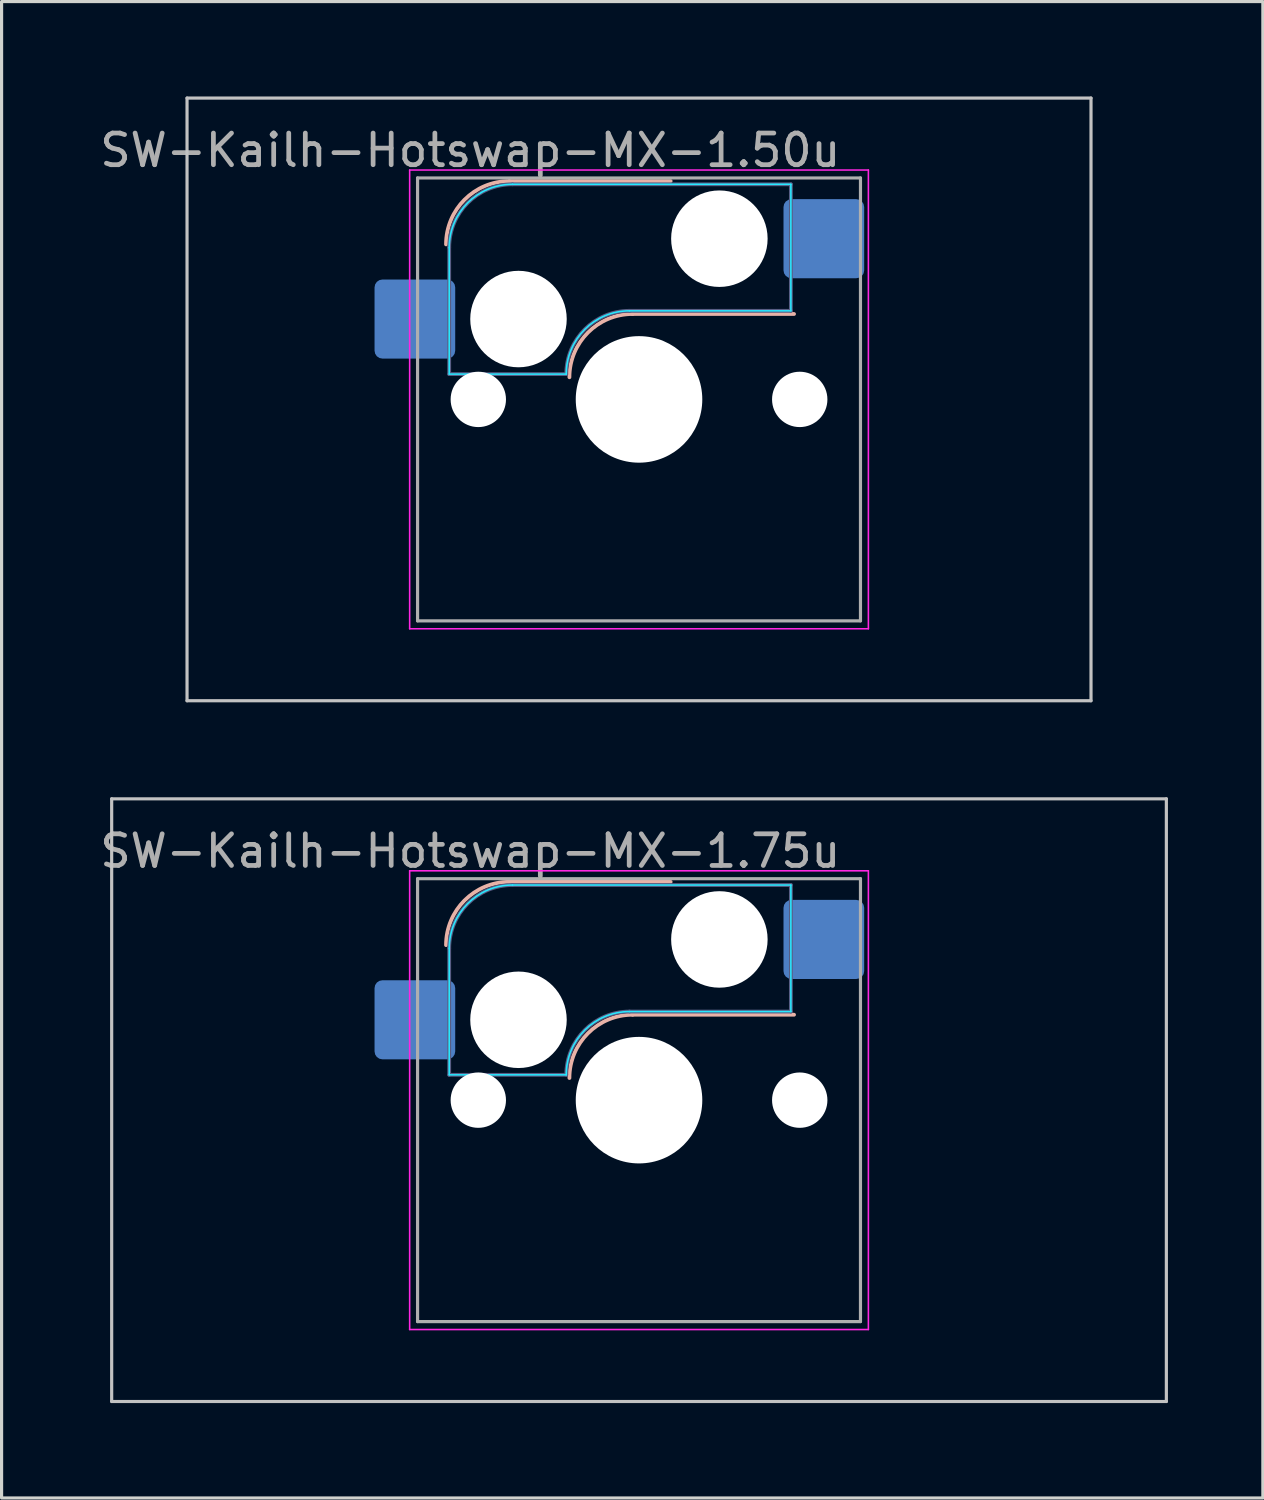
<source format=kicad_pcb>
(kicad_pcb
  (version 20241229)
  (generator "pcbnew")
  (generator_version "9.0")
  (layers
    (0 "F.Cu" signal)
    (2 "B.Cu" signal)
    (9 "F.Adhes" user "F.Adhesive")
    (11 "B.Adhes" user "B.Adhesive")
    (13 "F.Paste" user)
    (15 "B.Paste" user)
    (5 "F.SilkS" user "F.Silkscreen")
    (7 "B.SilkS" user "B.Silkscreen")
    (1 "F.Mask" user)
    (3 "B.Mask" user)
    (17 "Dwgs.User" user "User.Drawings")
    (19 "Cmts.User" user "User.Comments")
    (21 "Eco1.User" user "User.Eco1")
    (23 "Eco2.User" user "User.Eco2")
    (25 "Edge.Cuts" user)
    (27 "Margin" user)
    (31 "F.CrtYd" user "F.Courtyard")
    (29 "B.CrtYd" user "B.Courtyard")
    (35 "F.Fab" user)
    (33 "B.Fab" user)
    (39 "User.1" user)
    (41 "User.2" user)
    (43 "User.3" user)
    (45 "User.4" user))
  (footprint "SW-Kailh-Hotswap-MX-1.75u"
    (layer "F.Cu")
    (at 17.149 31.725)
    (property "Reference" "SW-Kailh-Hotswap-MX-1.75u" (at -5.334 -7.874 0) (layer "F.Fab") (effects (font (size 1 1) (thickness 0.15))))
    (attr smd)
    (fp_line (start -4.1 -6.9) (end 1 -6.9) (stroke (width 0.12) (type solid)) (layer "B.SilkS"))
    (fp_line (start -0.2 -2.7) (end 4.9 -2.7) (stroke (width 0.12) (type solid)) (layer "B.SilkS"))
    (fp_arc (start -6.1 -4.9) (mid -5.514214 -6.314214) (end -4.1 -6.9) (stroke (width 0.12) (type solid)) (layer "B.SilkS"))
    (fp_arc (start -2.2 -0.7) (mid -1.614214 -2.114214) (end -0.2 -2.7) (stroke (width 0.12) (type solid)) (layer "B.SilkS"))
    (fp_line (start -16.669 -9.525) (end -16.669 9.525) (stroke (width 0.1) (type solid)) (layer "Dwgs.User"))
    (fp_line (start -16.669 9.525) (end 16.669 9.525) (stroke (width 0.1) (type solid)) (layer "Dwgs.User"))
    (fp_line (start 16.669 -9.525) (end -16.669 -9.525) (stroke (width 0.1) (type solid)) (layer "Dwgs.User"))
    (fp_line (start 16.669 9.525) (end 16.669 -9.525) (stroke (width 0.1) (type solid)) (layer "Dwgs.User"))
    (fp_line (start -7.8 -6) (end -7 -6) (stroke (width 0.1) (type solid)) (layer "Eco1.User"))
    (fp_line (start -7.8 -2.9) (end -7.8 -6) (stroke (width 0.1) (type solid)) (layer "Eco1.User"))
    (fp_line (start -7.8 2.9) (end -7 2.9) (stroke (width 0.1) (type solid)) (layer "Eco1.User"))
    (fp_line (start -7.8 6) (end -7.8 2.9) (stroke (width 0.1) (type solid)) (layer "Eco1.User"))
    (fp_line (start -7 -7) (end 7 -7) (stroke (width 0.1) (type solid)) (layer "Eco1.User"))
    (fp_line (start -7 -6) (end -7 -7) (stroke (width 0.1) (type solid)) (layer "Eco1.User"))
    (fp_line (start -7 -2.9) (end -7.8 -2.9) (stroke (width 0.1) (type solid)) (layer "Eco1.User"))
    (fp_line (start -7 2.9) (end -7 -2.9) (stroke (width 0.1) (type solid)) (layer "Eco1.User"))
    (fp_line (start -7 6) (end -7.8 6) (stroke (width 0.1) (type solid)) (layer "Eco1.User"))
    (fp_line (start -7 7) (end -7 6) (stroke (width 0.1) (type solid)) (layer "Eco1.User"))
    (fp_line (start 7 -7) (end 7 -6) (stroke (width 0.1) (type solid)) (layer "Eco1.User"))
    (fp_line (start 7 -6) (end 7.8 -6) (stroke (width 0.1) (type solid)) (layer "Eco1.User"))
    (fp_line (start 7 -2.9) (end 7 2.9) (stroke (width 0.1) (type solid)) (layer "Eco1.User"))
    (fp_line (start 7 2.9) (end 7.8 2.9) (stroke (width 0.1) (type solid)) (layer "Eco1.User"))
    (fp_line (start 7 6) (end 7 7) (stroke (width 0.1) (type solid)) (layer "Eco1.User"))
    (fp_line (start 7 7) (end -7 7) (stroke (width 0.1) (type solid)) (layer "Eco1.User"))
    (fp_line (start 7.8 -6) (end 7.8 -2.9) (stroke (width 0.1) (type solid)) (layer "Eco1.User"))
    (fp_line (start 7.8 -2.9) (end 7 -2.9) (stroke (width 0.1) (type solid)) (layer "Eco1.User"))
    (fp_line (start 7.8 2.9) (end 7.8 6) (stroke (width 0.1) (type solid)) (layer "Eco1.User"))
    (fp_line (start 7.8 6) (end 7 6) (stroke (width 0.1) (type solid)) (layer "Eco1.User"))
    (fp_line (start -6 -0.8) (end -6 -4.8) (stroke (width 0.05) (type solid)) (layer "B.CrtYd"))
    (fp_line (start -6 -0.8) (end -2.3 -0.8) (stroke (width 0.05) (type solid)) (layer "B.CrtYd"))
    (fp_line (start -4 -6.8) (end 4.8 -6.8) (stroke (width 0.05) (type solid)) (layer "B.CrtYd"))
    (fp_line (start -0.3 -2.8) (end 4.8 -2.8) (stroke (width 0.05) (type solid)) (layer "B.CrtYd"))
    (fp_line (start 4.8 -6.8) (end 4.8 -2.8) (stroke (width 0.05) (type solid)) (layer "B.CrtYd"))
    (fp_arc (start -6 -4.8) (mid -5.414214 -6.214214) (end -4 -6.8) (stroke (width 0.05) (type solid)) (layer "B.CrtYd"))
    (fp_arc (start -2.3 -0.8) (mid -1.714214 -2.214214) (end -0.3 -2.8) (stroke (width 0.05) (type solid)) (layer "B.CrtYd"))
    (fp_line (start -7.25 -7.25) (end -7.25 7.25) (stroke (width 0.05) (type solid)) (layer "F.CrtYd"))
    (fp_line (start -7.25 7.25) (end 7.25 7.25) (stroke (width 0.05) (type solid)) (layer "F.CrtYd"))
    (fp_line (start 7.25 -7.25) (end -7.25 -7.25) (stroke (width 0.05) (type solid)) (layer "F.CrtYd"))
    (fp_line (start 7.25 7.25) (end 7.25 -7.25) (stroke (width 0.05) (type solid)) (layer "F.CrtYd"))
    (fp_line (start -6 -0.8) (end -6 -4.8) (stroke (width 0.12) (type solid)) (layer "B.Fab"))
    (fp_line (start -6 -0.8) (end -2.3 -0.8) (stroke (width 0.12) (type solid)) (layer "B.Fab"))
    (fp_line (start -4 -6.8) (end 4.8 -6.8) (stroke (width 0.12) (type solid)) (layer "B.Fab"))
    (fp_line (start -0.3 -2.8) (end 4.8 -2.8) (stroke (width 0.12) (type solid)) (layer "B.Fab"))
    (fp_line (start 4.8 -6.8) (end 4.8 -2.8) (stroke (width 0.12) (type solid)) (layer "B.Fab"))
    (fp_arc (start -6 -4.8) (mid -5.414214 -6.214214) (end -4 -6.8) (stroke (width 0.12) (type solid)) (layer "B.Fab"))
    (fp_arc (start -2.3 -0.8) (mid -1.714214 -2.214214) (end -0.3 -2.8) (stroke (width 0.12) (type solid)) (layer "B.Fab"))
    (fp_line (start -7 -7) (end -7 7) (stroke (width 0.1) (type solid)) (layer "F.Fab"))
    (fp_line (start -7 7) (end 7 7) (stroke (width 0.1) (type solid)) (layer "F.Fab"))
    (fp_line (start 7 -7) (end -7 -7) (stroke (width 0.1) (type solid)) (layer "F.Fab"))
    (fp_line (start 7 7) (end 7 -7) (stroke (width 0.1) (type solid)) (layer "F.Fab"))
    (pad "" np_thru_hole circle (at -5.08 0) (size 1.75 1.75) (drill 1.75) (layers "*.Cu" "*.Mask"))
    (pad "" np_thru_hole circle (at -3.81 -2.54) (size 3.05 3.05) (drill 3.05) (layers "*.Cu" "*.Mask"))
    (pad "" np_thru_hole circle (at 0 0) (size 4 4) (drill 4) (layers "*.Cu" "*.Mask"))
    (pad "" np_thru_hole circle (at 2.54 -5.08) (size 3.05 3.05) (drill 3.05) (layers "*.Cu" "*.Mask"))
    (pad "" np_thru_hole circle (at 5.08 0) (size 1.75 1.75) (drill 1.75) (layers "*.Cu" "*.Mask"))
    (pad "1" smd roundrect (at -7.085 -2.54) (size 2.55 2.5) (layers "B.Cu" "B.Mask" "B.Paste") (roundrect_rratio 0.1))
    (pad "2" smd roundrect (at 5.842 -5.08) (size 2.55 2.5) (layers "B.Cu" "B.Mask" "B.Paste") (roundrect_rratio 0.1)))
  (footprint "SW-Kailh-Hotswap-MX-1.50u"
    (layer "F.Cu")
    (at 17.149 9.575)
    (property "Reference" "SW-Kailh-Hotswap-MX-1.50u" (at -5.334 -7.874 0) (layer "F.Fab") (effects (font (size 1 1) (thickness 0.15))))
    (attr smd)
    (fp_line (start -4.1 -6.9) (end 1 -6.9) (stroke (width 0.12) (type solid)) (layer "B.SilkS"))
    (fp_line (start -0.2 -2.7) (end 4.9 -2.7) (stroke (width 0.12) (type solid)) (layer "B.SilkS"))
    (fp_arc (start -6.1 -4.9) (mid -5.514214 -6.314214) (end -4.1 -6.9) (stroke (width 0.12) (type solid)) (layer "B.SilkS"))
    (fp_arc (start -2.2 -0.7) (mid -1.614214 -2.114214) (end -0.2 -2.7) (stroke (width 0.12) (type solid)) (layer "B.SilkS"))
    (fp_line (start -14.287 -9.525) (end -14.287 9.525) (stroke (width 0.1) (type solid)) (layer "Dwgs.User"))
    (fp_line (start -14.287 9.525) (end 14.287 9.525) (stroke (width 0.1) (type solid)) (layer "Dwgs.User"))
    (fp_line (start 14.287 -9.525) (end -14.287 -9.525) (stroke (width 0.1) (type solid)) (layer "Dwgs.User"))
    (fp_line (start 14.287 9.525) (end 14.287 -9.525) (stroke (width 0.1) (type solid)) (layer "Dwgs.User"))
    (fp_line (start -7.8 -6) (end -7 -6) (stroke (width 0.1) (type solid)) (layer "Eco1.User"))
    (fp_line (start -7.8 -2.9) (end -7.8 -6) (stroke (width 0.1) (type solid)) (layer "Eco1.User"))
    (fp_line (start -7.8 2.9) (end -7 2.9) (stroke (width 0.1) (type solid)) (layer "Eco1.User"))
    (fp_line (start -7.8 6) (end -7.8 2.9) (stroke (width 0.1) (type solid)) (layer "Eco1.User"))
    (fp_line (start -7 -7) (end 7 -7) (stroke (width 0.1) (type solid)) (layer "Eco1.User"))
    (fp_line (start -7 -6) (end -7 -7) (stroke (width 0.1) (type solid)) (layer "Eco1.User"))
    (fp_line (start -7 -2.9) (end -7.8 -2.9) (stroke (width 0.1) (type solid)) (layer "Eco1.User"))
    (fp_line (start -7 2.9) (end -7 -2.9) (stroke (width 0.1) (type solid)) (layer "Eco1.User"))
    (fp_line (start -7 6) (end -7.8 6) (stroke (width 0.1) (type solid)) (layer "Eco1.User"))
    (fp_line (start -7 7) (end -7 6) (stroke (width 0.1) (type solid)) (layer "Eco1.User"))
    (fp_line (start 7 -7) (end 7 -6) (stroke (width 0.1) (type solid)) (layer "Eco1.User"))
    (fp_line (start 7 -6) (end 7.8 -6) (stroke (width 0.1) (type solid)) (layer "Eco1.User"))
    (fp_line (start 7 -2.9) (end 7 2.9) (stroke (width 0.1) (type solid)) (layer "Eco1.User"))
    (fp_line (start 7 2.9) (end 7.8 2.9) (stroke (width 0.1) (type solid)) (layer "Eco1.User"))
    (fp_line (start 7 6) (end 7 7) (stroke (width 0.1) (type solid)) (layer "Eco1.User"))
    (fp_line (start 7 7) (end -7 7) (stroke (width 0.1) (type solid)) (layer "Eco1.User"))
    (fp_line (start 7.8 -6) (end 7.8 -2.9) (stroke (width 0.1) (type solid)) (layer "Eco1.User"))
    (fp_line (start 7.8 -2.9) (end 7 -2.9) (stroke (width 0.1) (type solid)) (layer "Eco1.User"))
    (fp_line (start 7.8 2.9) (end 7.8 6) (stroke (width 0.1) (type solid)) (layer "Eco1.User"))
    (fp_line (start 7.8 6) (end 7 6) (stroke (width 0.1) (type solid)) (layer "Eco1.User"))
    (fp_line (start -6 -0.8) (end -6 -4.8) (stroke (width 0.05) (type solid)) (layer "B.CrtYd"))
    (fp_line (start -6 -0.8) (end -2.3 -0.8) (stroke (width 0.05) (type solid)) (layer "B.CrtYd"))
    (fp_line (start -4 -6.8) (end 4.8 -6.8) (stroke (width 0.05) (type solid)) (layer "B.CrtYd"))
    (fp_line (start -0.3 -2.8) (end 4.8 -2.8) (stroke (width 0.05) (type solid)) (layer "B.CrtYd"))
    (fp_line (start 4.8 -6.8) (end 4.8 -2.8) (stroke (width 0.05) (type solid)) (layer "B.CrtYd"))
    (fp_arc (start -6 -4.8) (mid -5.414214 -6.214214) (end -4 -6.8) (stroke (width 0.05) (type solid)) (layer "B.CrtYd"))
    (fp_arc (start -2.3 -0.8) (mid -1.714214 -2.214214) (end -0.3 -2.8) (stroke (width 0.05) (type solid)) (layer "B.CrtYd"))
    (fp_line (start -7.25 -7.25) (end -7.25 7.25) (stroke (width 0.05) (type solid)) (layer "F.CrtYd"))
    (fp_line (start -7.25 7.25) (end 7.25 7.25) (stroke (width 0.05) (type solid)) (layer "F.CrtYd"))
    (fp_line (start 7.25 -7.25) (end -7.25 -7.25) (stroke (width 0.05) (type solid)) (layer "F.CrtYd"))
    (fp_line (start 7.25 7.25) (end 7.25 -7.25) (stroke (width 0.05) (type solid)) (layer "F.CrtYd"))
    (fp_line (start -6 -0.8) (end -6 -4.8) (stroke (width 0.12) (type solid)) (layer "B.Fab"))
    (fp_line (start -6 -0.8) (end -2.3 -0.8) (stroke (width 0.12) (type solid)) (layer "B.Fab"))
    (fp_line (start -4 -6.8) (end 4.8 -6.8) (stroke (width 0.12) (type solid)) (layer "B.Fab"))
    (fp_line (start -0.3 -2.8) (end 4.8 -2.8) (stroke (width 0.12) (type solid)) (layer "B.Fab"))
    (fp_line (start 4.8 -6.8) (end 4.8 -2.8) (stroke (width 0.12) (type solid)) (layer "B.Fab"))
    (fp_arc (start -6 -4.8) (mid -5.414214 -6.214214) (end -4 -6.8) (stroke (width 0.12) (type solid)) (layer "B.Fab"))
    (fp_arc (start -2.3 -0.8) (mid -1.714214 -2.214214) (end -0.3 -2.8) (stroke (width 0.12) (type solid)) (layer "B.Fab"))
    (fp_line (start -7 -7) (end -7 7) (stroke (width 0.1) (type solid)) (layer "F.Fab"))
    (fp_line (start -7 7) (end 7 7) (stroke (width 0.1) (type solid)) (layer "F.Fab"))
    (fp_line (start 7 -7) (end -7 -7) (stroke (width 0.1) (type solid)) (layer "F.Fab"))
    (fp_line (start 7 7) (end 7 -7) (stroke (width 0.1) (type solid)) (layer "F.Fab"))
    (pad "" np_thru_hole circle (at -5.08 0) (size 1.75 1.75) (drill 1.75) (layers "*.Cu" "*.Mask"))
    (pad "" np_thru_hole circle (at -3.81 -2.54) (size 3.05 3.05) (drill 3.05) (layers "*.Cu" "*.Mask"))
    (pad "" np_thru_hole circle (at 0 0) (size 4 4) (drill 4) (layers "*.Cu" "*.Mask"))
    (pad "" np_thru_hole circle (at 2.54 -5.08) (size 3.05 3.05) (drill 3.05) (layers "*.Cu" "*.Mask"))
    (pad "" np_thru_hole circle (at 5.08 0) (size 1.75 1.75) (drill 1.75) (layers "*.Cu" "*.Mask"))
    (pad "1" smd roundrect (at -7.085 -2.54) (size 2.55 2.5) (layers "B.Cu" "B.Mask" "B.Paste") (roundrect_rratio 0.1))
    (pad "2" smd roundrect (at 5.842 -5.08) (size 2.55 2.5) (layers "B.Cu" "B.Mask" "B.Paste") (roundrect_rratio 0.1)))
  (gr_rect
    (start -3 -3)
    (end 36.868 44.3)
    (stroke (width 0.1) (type default))
    (fill no)
    (layer "Edge.Cuts")))
</source>
